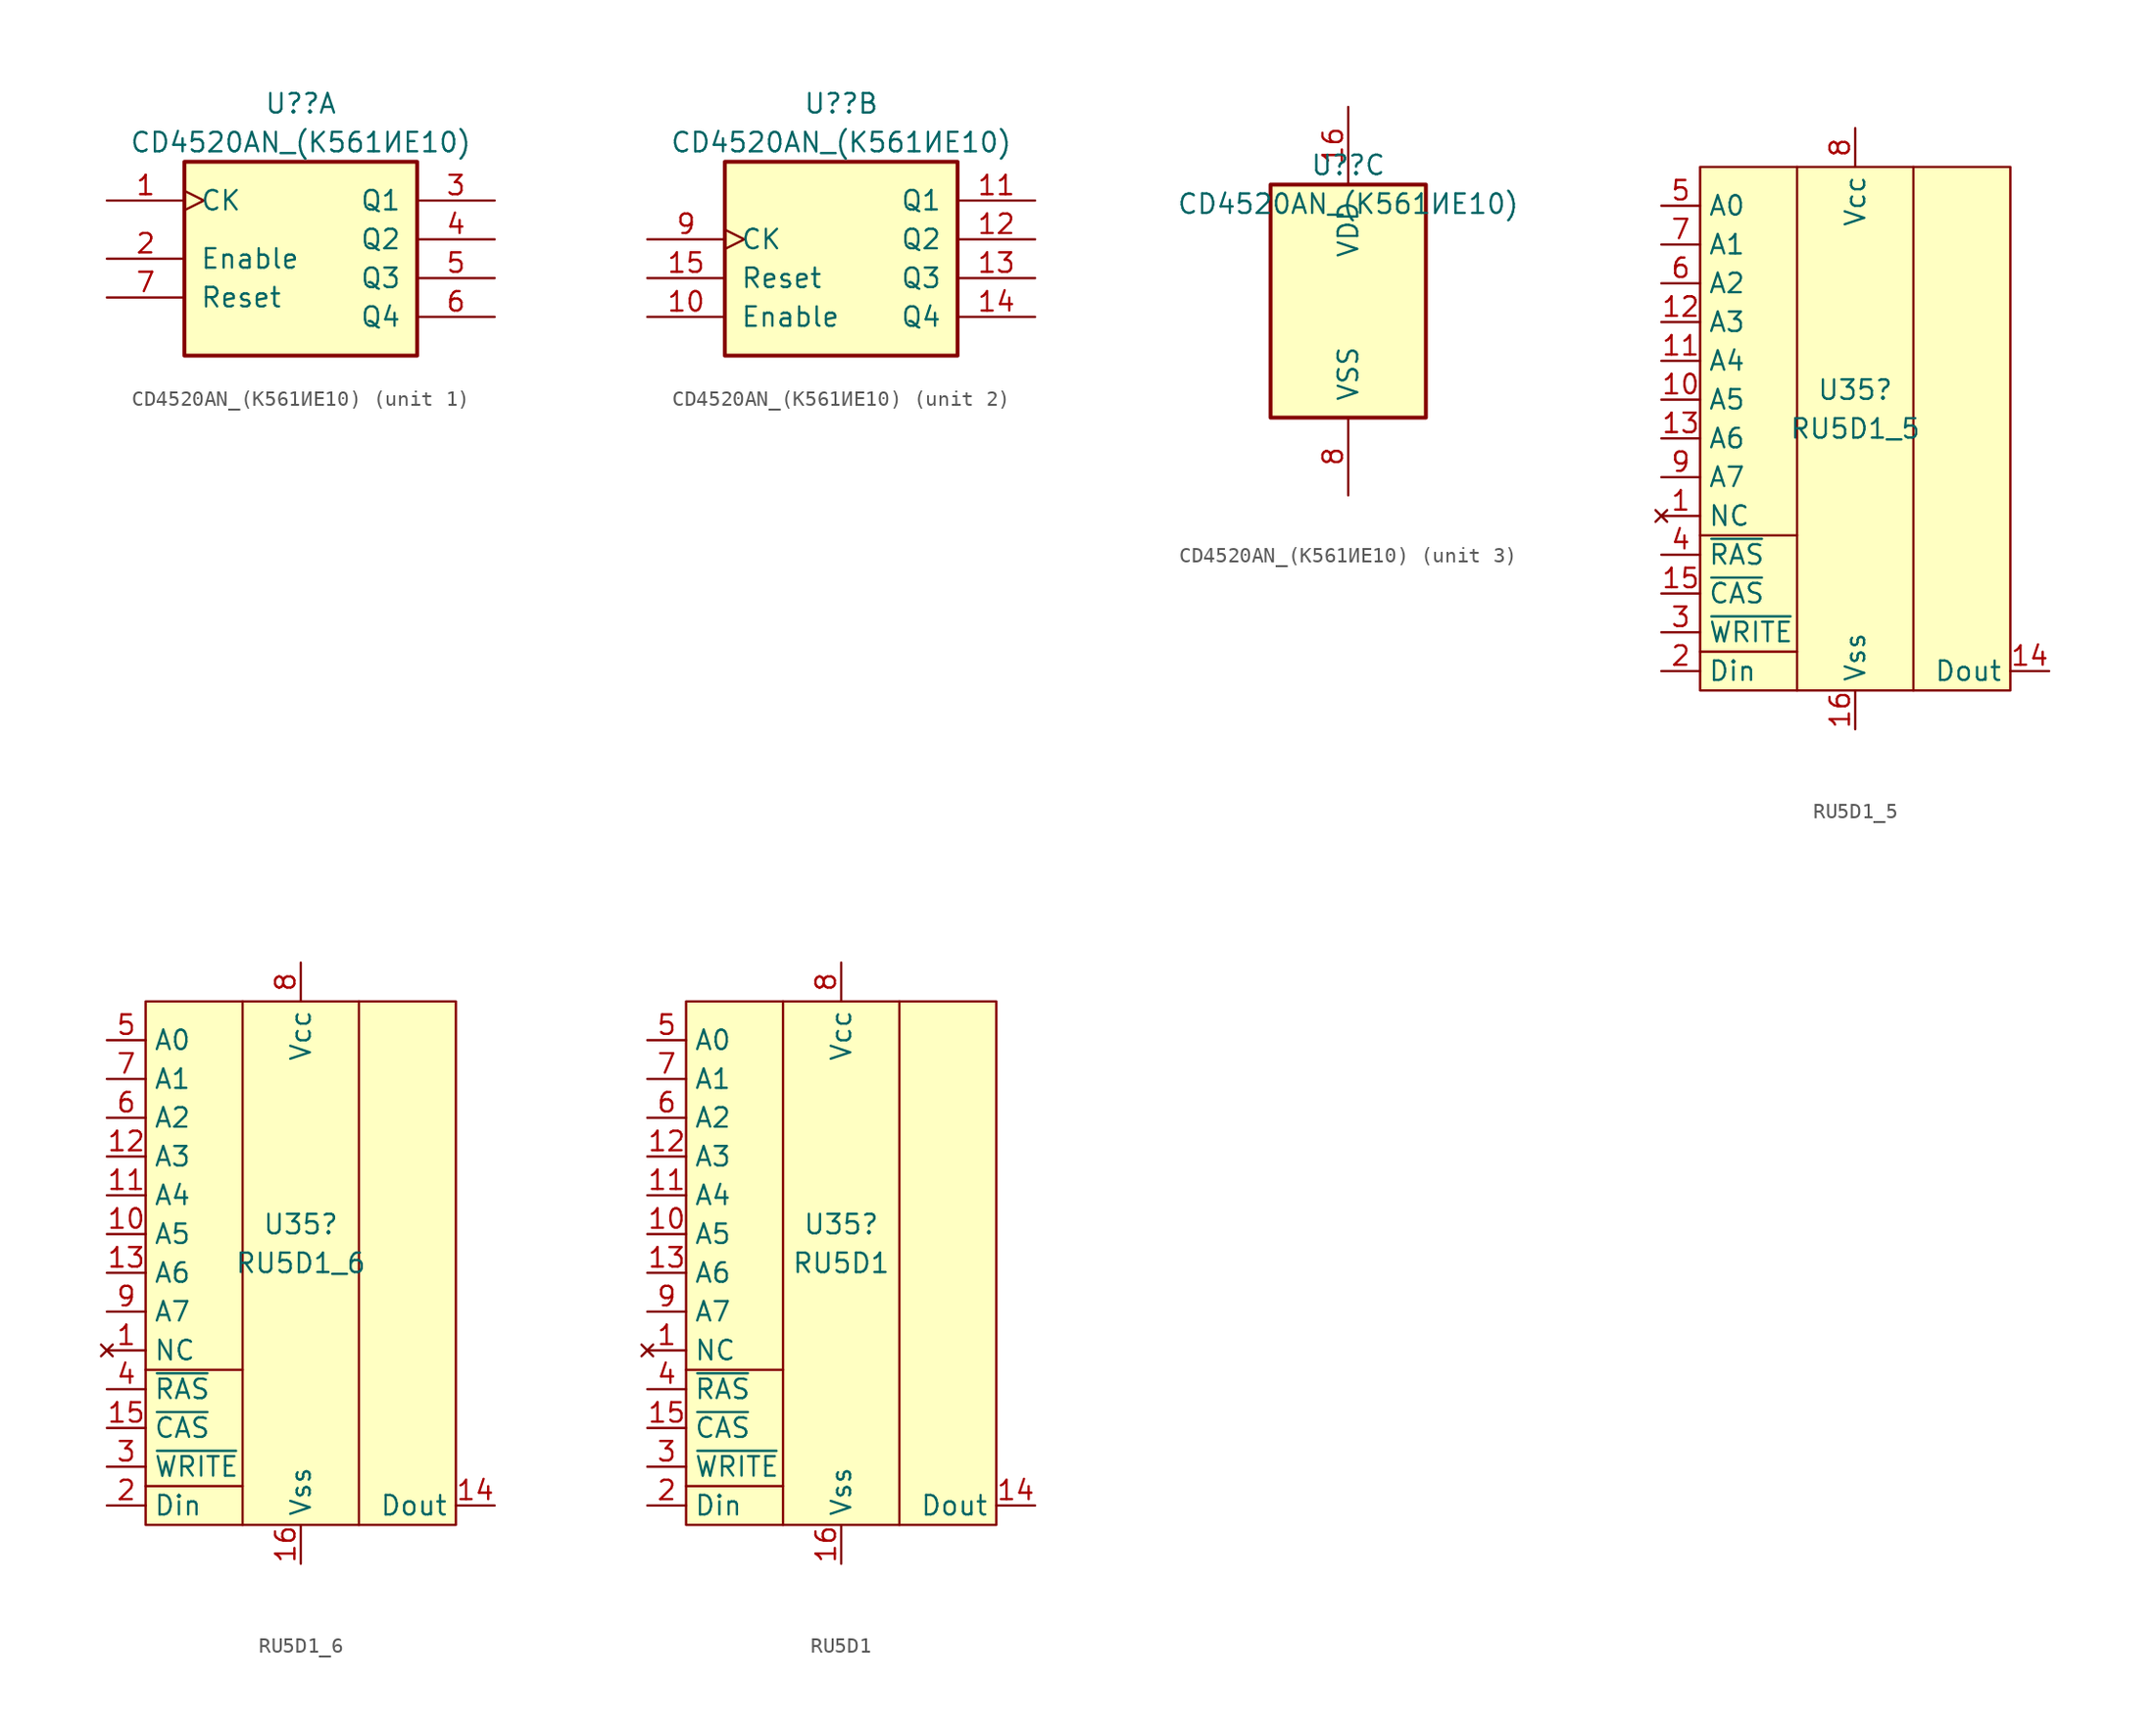
<source format=kicad_sym>
(kicad_symbol_lib
  (version 20220914)
  (generator kicad_symbol_editor)
  (symbol "CD4520АN_(К561ИЕ10)"
    (pin_names
      (offset 1.016))
    (property "Reference" "U?"
      (at 0 8.89 0)
      (effects (font (size 1.27 1.27))))
    (property "Value" "CD4520АN_(К561ИЕ10)"
      (at 0 6.35 0)
      (effects (font (size 1.27 1.27))))
    (property "ki_locked" ""
      (at 0 0 0)
      (effects (font (size 1.27 1.27))))
    (symbol "CD4520АN_(К561ИЕ10)_1_0"
      (pin input clock (at -12.7 2.54 0) (length 5.08) (name "CK" (effects (font (size 1.27 1.27)))) (number "1" (effects (font (size 1.27 1.27)))))
      (pin input line (at -12.7 -1.27 0) (length 5.08) (name "Enable" (effects (font (size 1.27 1.27)))) (number "2" (effects (font (size 1.27 1.27)))))
      (pin output line (at 12.7 2.54 180) (length 5.08) (name "Q1" (effects (font (size 1.27 1.27)))) (number "3" (effects (font (size 1.27 1.27)))))
      (pin output line (at 12.7 0 180) (length 5.08) (name "Q2" (effects (font (size 1.27 1.27)))) (number "4" (effects (font (size 1.27 1.27)))))
      (pin output line (at 12.7 -2.54 180) (length 5.08) (name "Q3" (effects (font (size 1.27 1.27)))) (number "5" (effects (font (size 1.27 1.27)))))
      (pin output line (at 12.7 -5.08 180) (length 5.08) (name "Q4" (effects (font (size 1.27 1.27)))) (number "6" (effects (font (size 1.27 1.27)))))
      (pin input line (at -12.7 -3.81 0) (length 5.08) (name "Reset" (effects (font (size 1.27 1.27)))) (number "7" (effects (font (size 1.27 1.27))))))
    (symbol "CD4520АN_(К561ИЕ10)_1_1"
      (rectangle (start -7.62 5.08) (end 7.62 -7.62) (stroke (width 0.254) (type default)) (fill (type background))))
    (symbol "CD4520АN_(К561ИЕ10)_2_0"
      (pin input line (at -12.7 -5.08 0) (length 5.08) (name "Enable" (effects (font (size 1.27 1.27)))) (number "10" (effects (font (size 1.27 1.27)))))
      (pin output line (at 12.7 2.54 180) (length 5.08) (name "Q1" (effects (font (size 1.27 1.27)))) (number "11" (effects (font (size 1.27 1.27)))))
      (pin output line (at 12.7 0 180) (length 5.08) (name "Q2" (effects (font (size 1.27 1.27)))) (number "12" (effects (font (size 1.27 1.27)))))
      (pin output line (at 12.7 -2.54 180) (length 5.08) (name "Q3" (effects (font (size 1.27 1.27)))) (number "13" (effects (font (size 1.27 1.27)))))
      (pin output line (at 12.7 -5.08 180) (length 5.08) (name "Q4" (effects (font (size 1.27 1.27)))) (number "14" (effects (font (size 1.27 1.27)))))
      (pin input line (at -12.7 -2.54 0) (length 5.08) (name "Reset" (effects (font (size 1.27 1.27)))) (number "15" (effects (font (size 1.27 1.27)))))
      (pin input clock (at -12.7 0 0) (length 5.08) (name "CK" (effects (font (size 1.27 1.27)))) (number "9" (effects (font (size 1.27 1.27))))))
    (symbol "CD4520АN_(К561ИЕ10)_2_1"
      (rectangle (start -7.62 5.08) (end 7.62 -7.62) (stroke (width 0.254) (type default)) (fill (type background))))
    (symbol "CD4520АN_(К561ИЕ10)_3_0"
      (pin power_in line (at 0 12.7 270) (length 5.08) (name "VDD" (effects (font (size 1.27 1.27)))) (number "16" (effects (font (size 1.27 1.27)))))
      (pin power_in line (at 0 -12.7 90) (length 5.08) (name "VSS" (effects (font (size 1.27 1.27)))) (number "8" (effects (font (size 1.27 1.27))))))
    (symbol "CD4520АN_(К561ИЕ10)_3_1"
      (rectangle (start -5.08 7.62) (end 5.08 -7.62) (stroke (width 0.254) (type default)) (fill (type background)))))
  (symbol "RU5D1_5"
    (property "Reference" "U35"
      (at 3.81 -3.175 0)
      (effects (font (size 1.27 1.27))))
    (property "Value" "RU5D1_5"
      (at 3.81 -5.715 0)
      (effects (font (size 1.27 1.27))))
    (symbol "RU5D1_5_0_0"
      (pin no_connect line (at -8.89 -11.43 0) (length 2.54) (name "NC" (effects (font (size 1.27 1.27)))) (number "1" (effects (font (size 1.27 1.27)))))
      (pin bidirectional line (at -8.89 -3.81 0) (length 2.54) (name "A5" (effects (font (size 1.27 1.27)))) (number "10" (effects (font (size 1.27 1.27)))))
      (pin bidirectional line (at -8.89 -1.27 0) (length 2.54) (name "A4" (effects (font (size 1.27 1.27)))) (number "11" (effects (font (size 1.27 1.27)))))
      (pin bidirectional line (at -8.89 1.27 0) (length 2.54) (name "A3" (effects (font (size 1.27 1.27)))) (number "12" (effects (font (size 1.27 1.27)))))
      (pin bidirectional line (at -8.89 -6.35 0) (length 2.54) (name "A6" (effects (font (size 1.27 1.27)))) (number "13" (effects (font (size 1.27 1.27)))))
      (pin bidirectional line (at 16.51 -21.59 180) (length 2.54) (name "Dout" (effects (font (size 1.27 1.27)))) (number "14" (effects (font (size 1.27 1.27)))))
      (pin bidirectional line (at -8.89 -16.51 0) (length 2.54) (name "~{CAS}" (effects (font (size 1.27 1.27)))) (number "15" (effects (font (size 1.27 1.27)))))
      (pin power_in line (at 3.81 -25.4 90) (length 2.54) (name "Vss" (effects (font (size 1.27 1.27)))) (number "16" (effects (font (size 1.27 1.27)))))
      (pin bidirectional line (at -8.89 -21.59 0) (length 2.54) (name "Din" (effects (font (size 1.27 1.27)))) (number "2" (effects (font (size 1.27 1.27)))))
      (pin bidirectional line (at -8.89 -19.05 0) (length 2.54) (name "~{WRITE}" (effects (font (size 1.27 1.27)))) (number "3" (effects (font (size 1.27 1.27)))))
      (pin bidirectional line (at -8.89 -13.97 0) (length 2.54) (name "~{RAS}" (effects (font (size 1.27 1.27)))) (number "4" (effects (font (size 1.27 1.27)))))
      (pin bidirectional line (at -8.89 8.89 0) (length 2.54) (name "A0" (effects (font (size 1.27 1.27)))) (number "5" (effects (font (size 1.27 1.27)))))
      (pin bidirectional line (at -8.89 3.81 0) (length 2.54) (name "A2" (effects (font (size 1.27 1.27)))) (number "6" (effects (font (size 1.27 1.27)))))
      (pin bidirectional line (at -8.89 6.35 0) (length 2.54) (name "A1" (effects (font (size 1.27 1.27)))) (number "7" (effects (font (size 1.27 1.27)))))
      (pin power_in line (at 3.81 13.97 270) (length 2.54) (name "Vcc" (effects (font (size 1.27 1.27)))) (number "8" (effects (font (size 1.27 1.27)))))
      (pin bidirectional line (at -8.89 -8.89 0) (length 2.54) (name "A7" (effects (font (size 1.27 1.27)))) (number "9" (effects (font (size 1.27 1.27))))))
    (symbol "RU5D1_5_0_1"
      (rectangle (start -6.35 11.43) (end 13.97 -22.86) (stroke (width 0) (type default)) (fill (type background)))
      (polyline (pts (xy -6.35 -20.32) (xy 0 -20.32)) (stroke (width 0) (type default)) (fill (type none)))
      (polyline (pts (xy -6.35 -12.7) (xy 0 -12.7)) (stroke (width 0) (type default)) (fill (type none)))
      (polyline (pts (xy 0 -22.86) (xy 0 11.43)) (stroke (width 0) (type default)) (fill (type none)))
      (polyline (pts (xy 7.62 -22.86) (xy 7.62 11.43)) (stroke (width 0) (type default)) (fill (type none)))))
  (symbol "RU5D1_6"
    (property "Reference" "U35"
      (at 3.81 -3.175 0)
      (effects (font (size 1.27 1.27))))
    (property "Value" "RU5D1_6"
      (at 3.81 -5.715 0)
      (effects (font (size 1.27 1.27))))
    (symbol "RU5D1_6_0_0"
      (pin no_connect line (at -8.89 -11.43 0) (length 2.54) (name "NC" (effects (font (size 1.27 1.27)))) (number "1" (effects (font (size 1.27 1.27)))))
      (pin bidirectional line (at -8.89 -3.81 0) (length 2.54) (name "A5" (effects (font (size 1.27 1.27)))) (number "10" (effects (font (size 1.27 1.27)))))
      (pin bidirectional line (at -8.89 -1.27 0) (length 2.54) (name "A4" (effects (font (size 1.27 1.27)))) (number "11" (effects (font (size 1.27 1.27)))))
      (pin bidirectional line (at -8.89 1.27 0) (length 2.54) (name "A3" (effects (font (size 1.27 1.27)))) (number "12" (effects (font (size 1.27 1.27)))))
      (pin bidirectional line (at -8.89 -6.35 0) (length 2.54) (name "A6" (effects (font (size 1.27 1.27)))) (number "13" (effects (font (size 1.27 1.27)))))
      (pin bidirectional line (at 16.51 -21.59 180) (length 2.54) (name "Dout" (effects (font (size 1.27 1.27)))) (number "14" (effects (font (size 1.27 1.27)))))
      (pin bidirectional line (at -8.89 -16.51 0) (length 2.54) (name "~{CAS}" (effects (font (size 1.27 1.27)))) (number "15" (effects (font (size 1.27 1.27)))))
      (pin power_in line (at 3.81 -25.4 90) (length 2.54) (name "Vss" (effects (font (size 1.27 1.27)))) (number "16" (effects (font (size 1.27 1.27)))))
      (pin bidirectional line (at -8.89 -21.59 0) (length 2.54) (name "Din" (effects (font (size 1.27 1.27)))) (number "2" (effects (font (size 1.27 1.27)))))
      (pin bidirectional line (at -8.89 -19.05 0) (length 2.54) (name "~{WRITE}" (effects (font (size 1.27 1.27)))) (number "3" (effects (font (size 1.27 1.27)))))
      (pin bidirectional line (at -8.89 -13.97 0) (length 2.54) (name "~{RAS}" (effects (font (size 1.27 1.27)))) (number "4" (effects (font (size 1.27 1.27)))))
      (pin bidirectional line (at -8.89 8.89 0) (length 2.54) (name "A0" (effects (font (size 1.27 1.27)))) (number "5" (effects (font (size 1.27 1.27)))))
      (pin bidirectional line (at -8.89 3.81 0) (length 2.54) (name "A2" (effects (font (size 1.27 1.27)))) (number "6" (effects (font (size 1.27 1.27)))))
      (pin bidirectional line (at -8.89 6.35 0) (length 2.54) (name "A1" (effects (font (size 1.27 1.27)))) (number "7" (effects (font (size 1.27 1.27)))))
      (pin power_in line (at 3.81 13.97 270) (length 2.54) (name "Vcc" (effects (font (size 1.27 1.27)))) (number "8" (effects (font (size 1.27 1.27)))))
      (pin bidirectional line (at -8.89 -8.89 0) (length 2.54) (name "A7" (effects (font (size 1.27 1.27)))) (number "9" (effects (font (size 1.27 1.27))))))
    (symbol "RU5D1_6_0_1"
      (rectangle (start -6.35 11.43) (end 13.97 -22.86) (stroke (width 0) (type default)) (fill (type background)))
      (polyline (pts (xy -6.35 -20.32) (xy 0 -20.32)) (stroke (width 0) (type default)) (fill (type none)))
      (polyline (pts (xy -6.35 -12.7) (xy 0 -12.7)) (stroke (width 0) (type default)) (fill (type none)))
      (polyline (pts (xy 0 -22.86) (xy 0 11.43)) (stroke (width 0) (type default)) (fill (type none)))
      (polyline (pts (xy 7.62 -22.86) (xy 7.62 11.43)) (stroke (width 0) (type default)) (fill (type none)))))
  (symbol "RU5D1"
    (property "Reference" "U35"
      (at 3.81 -3.175 0)
      (effects (font (size 1.27 1.27))))
    (property "Value" "RU5D1"
      (at 3.81 -5.715 0)
      (effects (font (size 1.27 1.27))))
    (symbol "RU5D1_0_0"
      (pin no_connect line (at -8.89 -11.43 0) (length 2.54) (name "NC" (effects (font (size 1.27 1.27)))) (number "1" (effects (font (size 1.27 1.27)))))
      (pin bidirectional line (at -8.89 -3.81 0) (length 2.54) (name "A5" (effects (font (size 1.27 1.27)))) (number "10" (effects (font (size 1.27 1.27)))))
      (pin bidirectional line (at -8.89 -1.27 0) (length 2.54) (name "A4" (effects (font (size 1.27 1.27)))) (number "11" (effects (font (size 1.27 1.27)))))
      (pin bidirectional line (at -8.89 1.27 0) (length 2.54) (name "A3" (effects (font (size 1.27 1.27)))) (number "12" (effects (font (size 1.27 1.27)))))
      (pin bidirectional line (at -8.89 -6.35 0) (length 2.54) (name "A6" (effects (font (size 1.27 1.27)))) (number "13" (effects (font (size 1.27 1.27)))))
      (pin bidirectional line (at 16.51 -21.59 180) (length 2.54) (name "Dout" (effects (font (size 1.27 1.27)))) (number "14" (effects (font (size 1.27 1.27)))))
      (pin bidirectional line (at -8.89 -16.51 0) (length 2.54) (name "~{CAS}" (effects (font (size 1.27 1.27)))) (number "15" (effects (font (size 1.27 1.27)))))
      (pin power_in line (at 3.81 -25.4 90) (length 2.54) (name "Vss" (effects (font (size 1.27 1.27)))) (number "16" (effects (font (size 1.27 1.27)))))
      (pin bidirectional line (at -8.89 -21.59 0) (length 2.54) (name "Din" (effects (font (size 1.27 1.27)))) (number "2" (effects (font (size 1.27 1.27)))))
      (pin bidirectional line (at -8.89 -19.05 0) (length 2.54) (name "~{WRITE}" (effects (font (size 1.27 1.27)))) (number "3" (effects (font (size 1.27 1.27)))))
      (pin bidirectional line (at -8.89 -13.97 0) (length 2.54) (name "~{RAS}" (effects (font (size 1.27 1.27)))) (number "4" (effects (font (size 1.27 1.27)))))
      (pin bidirectional line (at -8.89 8.89 0) (length 2.54) (name "A0" (effects (font (size 1.27 1.27)))) (number "5" (effects (font (size 1.27 1.27)))))
      (pin bidirectional line (at -8.89 3.81 0) (length 2.54) (name "A2" (effects (font (size 1.27 1.27)))) (number "6" (effects (font (size 1.27 1.27)))))
      (pin bidirectional line (at -8.89 6.35 0) (length 2.54) (name "A1" (effects (font (size 1.27 1.27)))) (number "7" (effects (font (size 1.27 1.27)))))
      (pin power_in line (at 3.81 13.97 270) (length 2.54) (name "Vcc" (effects (font (size 1.27 1.27)))) (number "8" (effects (font (size 1.27 1.27)))))
      (pin bidirectional line (at -8.89 -8.89 0) (length 2.54) (name "A7" (effects (font (size 1.27 1.27)))) (number "9" (effects (font (size 1.27 1.27))))))
    (symbol "RU5D1_0_1"
      (rectangle (start -6.35 11.43) (end 13.97 -22.86) (stroke (width 0) (type default)) (fill (type background)))
      (polyline (pts (xy -6.35 -20.32) (xy 0 -20.32)) (stroke (width 0) (type default)) (fill (type none)))
      (polyline (pts (xy -6.35 -12.7) (xy 0 -12.7)) (stroke (width 0) (type default)) (fill (type none)))
      (polyline (pts (xy 0 -22.86) (xy 0 11.43)) (stroke (width 0) (type default)) (fill (type none)))
      (polyline (pts (xy 7.62 -22.86) (xy 7.62 11.43)) (stroke (width 0) (type default)) (fill (type none))))))
</source>
